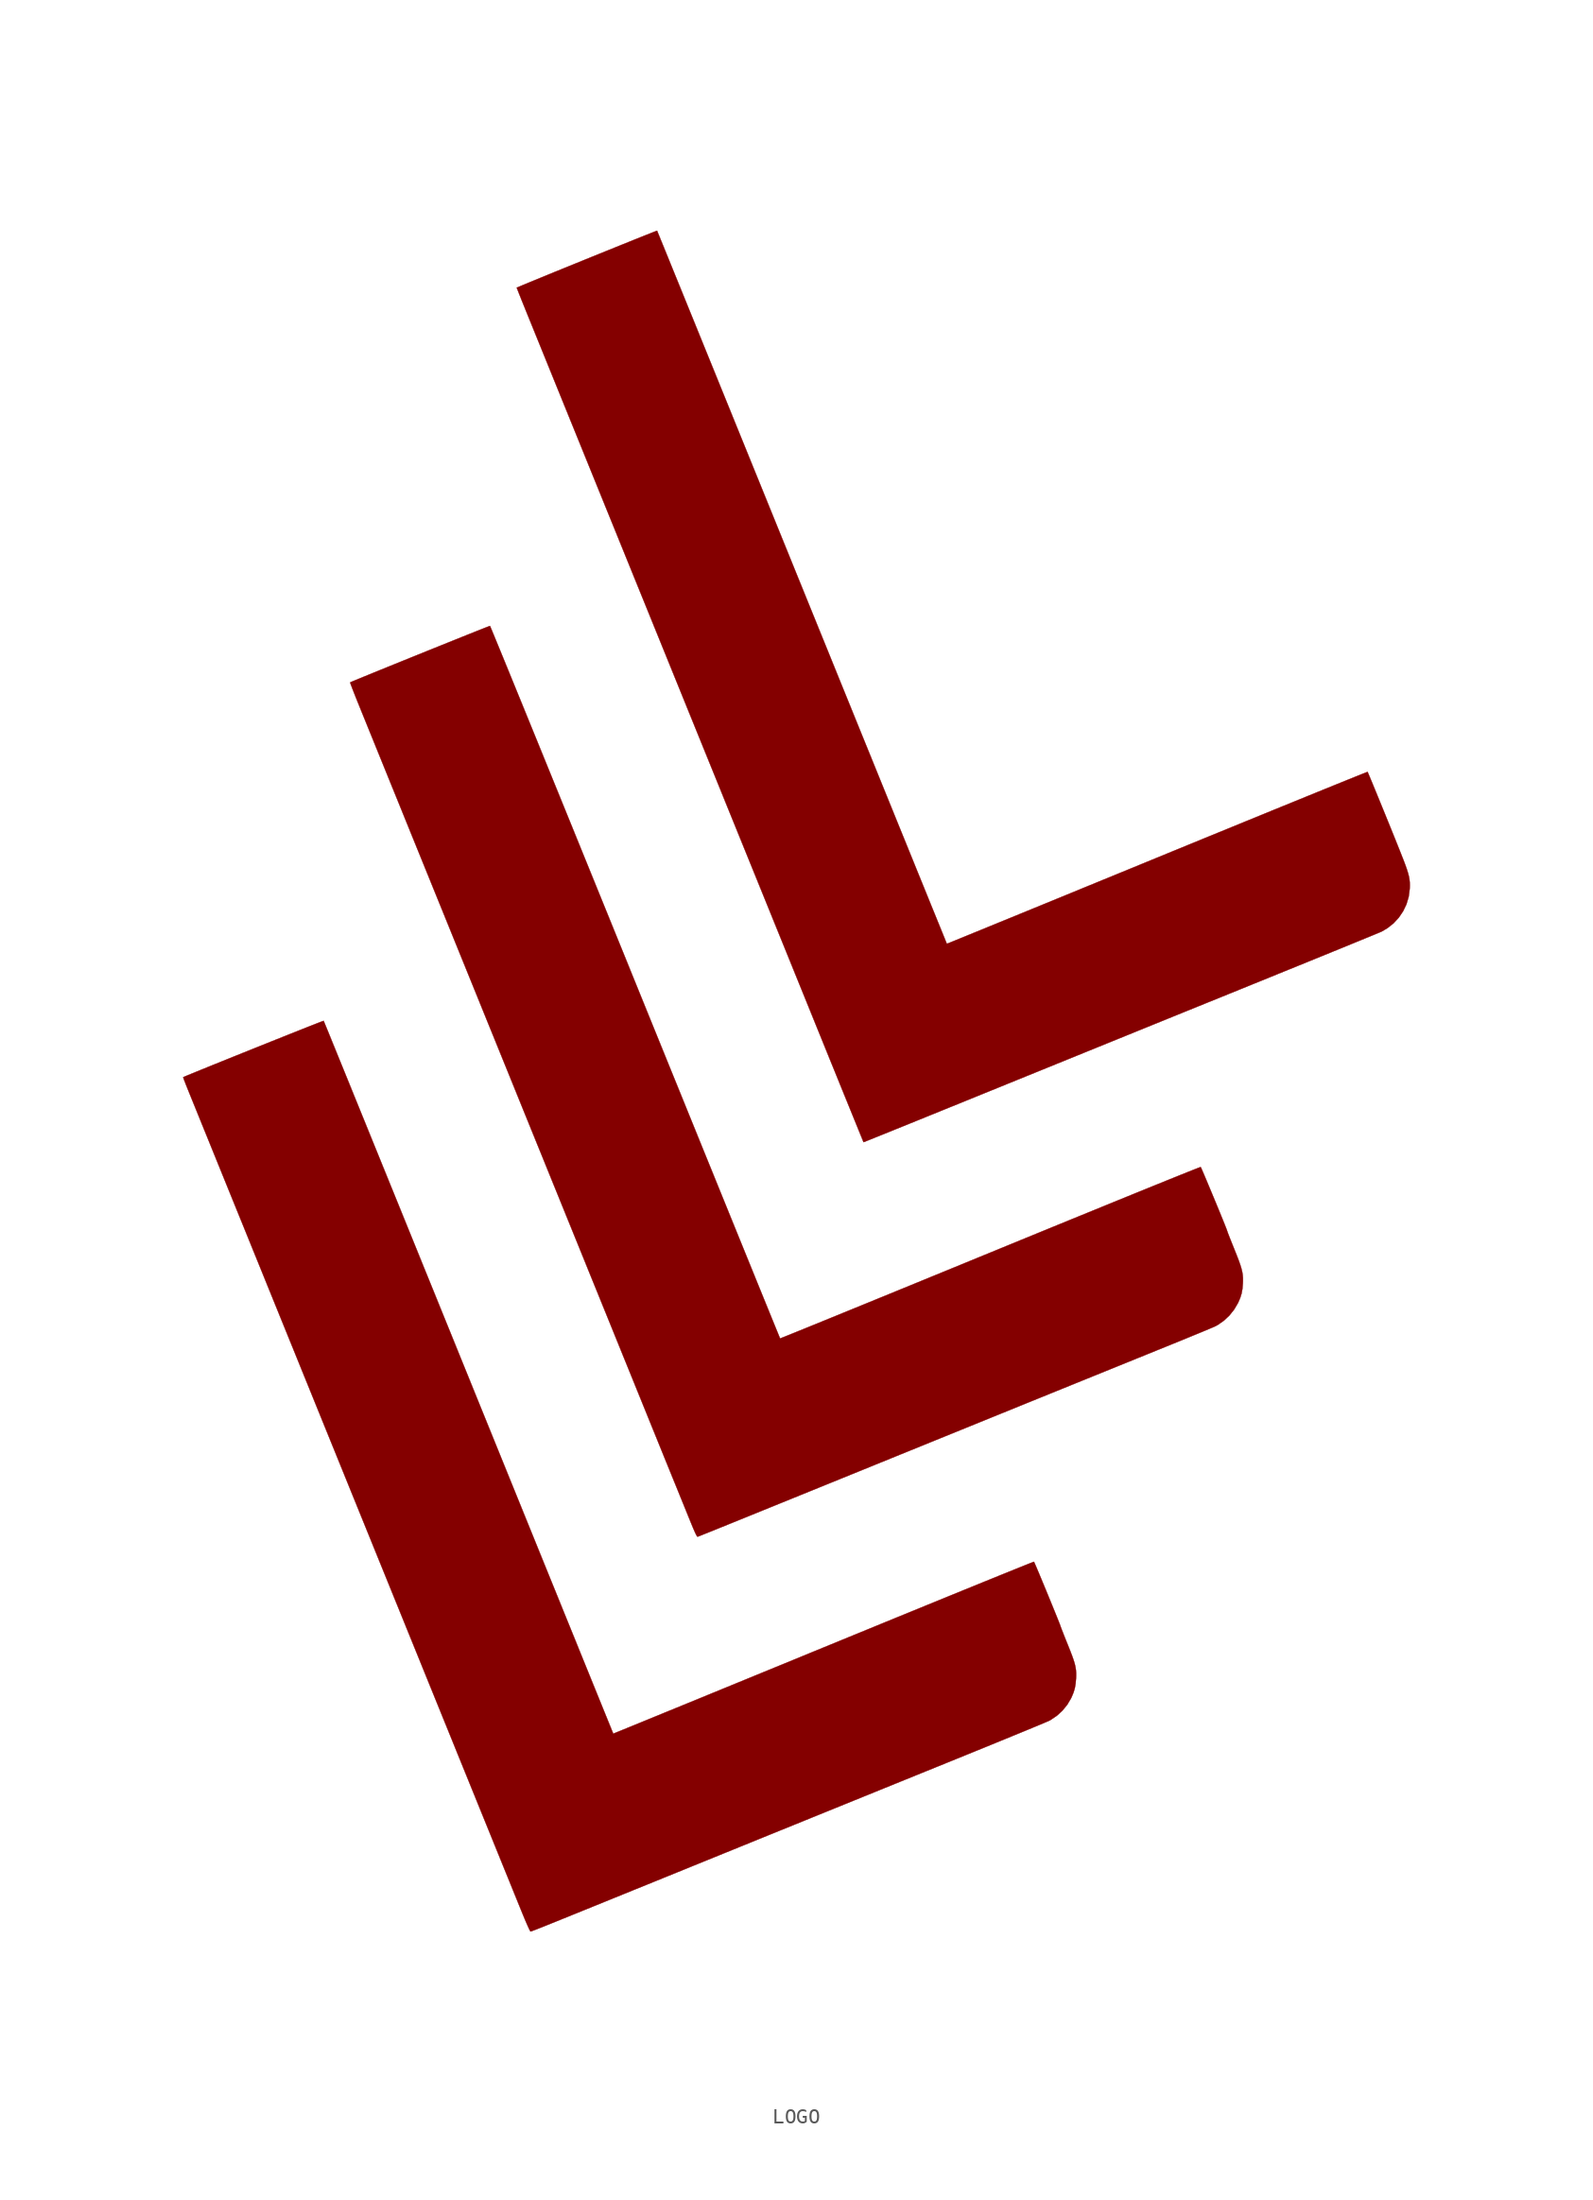
<source format=kicad_sym>
(kicad_symbol_lib
  (version 20220914)
  (generator bitmap2component)
  (symbol "LOGO"
    (pin_names
      (offset 1.016))
    (property "Reference" "#G"
      (at 0 58.01 0)
      (effects (font (size 1.27 1.27)) hide))
    (symbol "LOGO_0_0"
      (polyline (pts (xy -16.774 -53.757) (xy -16.665 -53.718) (xy -16.494 -53.653) (xy -16.271 -53.566) (xy -16.006 -53.462) (xy -15.708 -53.342) (xy -15.386 -53.212) (xy -15.12 -53.105) (xy -14.737 -52.949) (xy -14.288 -52.767) (xy -13.782 -52.562) (xy -13.225 -52.336) (xy -12.624 -52.092) (xy -11.986 -51.833) (xy -11.32 -51.562) (xy -10.632 -51.283) (xy -9.929 -50.997) (xy -9.218 -50.709) (xy -8.508 -50.42) (xy -7.804 -50.134) (xy -7.114 -49.854) (xy -6.446 -49.582) (xy -5.807 -49.322) (xy -5.204 -49.077) (xy -4.643 -48.849) (xy -4.31 -48.714) (xy -3.863 -48.532) (xy -3.427 -48.355) (xy -3.013 -48.186) (xy -2.628 -48.03) (xy -2.285 -47.89) (xy -1.991 -47.771) (xy -1.756 -47.675) (xy -1.59 -47.608) (xy -1.411 -47.535) (xy -1.129 -47.42) (xy -0.771 -47.275) (xy -0.341 -47.1) (xy 0.161 -46.897) (xy 0.732 -46.665) (xy 1.371 -46.405) (xy 2.075 -46.119) (xy 2.844 -45.807) (xy 3.675 -45.47) (xy 4.565 -45.108) (xy 5.514 -44.723) (xy 6.519 -44.314) (xy 7.579 -43.884) (xy 8.692 -43.432) (xy 9.855 -42.96) (xy 11.067 -42.468) (xy 11.369 -42.345) (xy 12.055 -42.066) (xy 12.72 -41.795) (xy 13.36 -41.535) (xy 13.97 -41.285) (xy 14.547 -41.049) (xy 15.085 -40.828) (xy 15.581 -40.625) (xy 16.029 -40.44) (xy 16.426 -40.276) (xy 16.766 -40.135) (xy 17.046 -40.018) (xy 17.26 -39.927) (xy 17.405 -39.865) (xy 17.475 -39.833) (xy 17.562 -39.785) (xy 17.97 -39.509) (xy 18.34 -39.169) (xy 18.657 -38.782) (xy 18.905 -38.362) (xy 18.948 -38.273) (xy 19.072 -37.976) (xy 19.156 -37.692) (xy 19.209 -37.391) (xy 19.238 -37.038) (xy 19.244 -36.894) (xy 19.244 -36.686) (xy 19.231 -36.489) (xy 19.201 -36.29) (xy 19.152 -36.076) (xy 19.079 -35.835) (xy 18.981 -35.555) (xy 18.854 -35.222) (xy 18.695 -34.825) (xy 18.592 -34.572) (xy 18.479 -34.289) (xy 18.378 -34.031) (xy 18.292 -33.812) (xy 18.229 -33.644) (xy 18.192 -33.542) (xy 18.19 -33.534) (xy 18.156 -33.443) (xy 18.095 -33.287) (xy 18.011 -33.076) (xy 17.908 -32.819) (xy 17.788 -32.525) (xy 17.657 -32.203) (xy 17.517 -31.861) (xy 17.372 -31.509) (xy 17.226 -31.155) (xy 17.082 -30.808) (xy 16.945 -30.477) (xy 16.818 -30.172) (xy 16.704 -29.901) (xy 16.607 -29.672) (xy 16.531 -29.496) (xy 16.48 -29.38) (xy 16.457 -29.334) (xy 16.427 -29.343) (xy 16.321 -29.384) (xy 16.142 -29.454) (xy 15.892 -29.553) (xy 15.575 -29.681) (xy 15.193 -29.835) (xy 14.748 -30.015) (xy 14.245 -30.218) (xy 13.685 -30.446) (xy 13.072 -30.695) (xy 12.407 -30.966) (xy 11.695 -31.256) (xy 10.937 -31.565) (xy 10.137 -31.892) (xy 9.297 -32.235) (xy 8.421 -32.594) (xy 7.51 -32.966) (xy 6.568 -33.352) (xy 5.598 -33.75) (xy 4.602 -34.158) (xy 3.583 -34.576) (xy 2.544 -35.002) (xy 1.65 -35.369) (xy 0.628 -35.789) (xy -0.371 -36.199) (xy -1.345 -36.598) (xy -2.29 -36.986) (xy -3.205 -37.361) (xy -4.086 -37.723) (xy -4.93 -38.069) (xy -5.735 -38.399) (xy -6.498 -38.712) (xy -7.216 -39.006) (xy -7.886 -39.28) (xy -8.505 -39.534) (xy -9.072 -39.766) (xy -9.582 -39.975) (xy -10.033 -40.16) (xy -10.423 -40.319) (xy -10.748 -40.452) (xy -11.006 -40.557) (xy -11.194 -40.633) (xy -11.308 -40.679) (xy -11.348 -40.695) (xy -11.351 -40.687) (xy -11.381 -40.614) (xy -11.441 -40.466) (xy -11.531 -40.244) (xy -11.65 -39.951) (xy -11.797 -39.589) (xy -11.972 -39.16) (xy -12.172 -38.666) (xy -12.398 -38.11) (xy -12.649 -37.493) (xy -12.923 -36.819) (xy -13.22 -36.087) (xy -13.539 -35.302) (xy -13.878 -34.465) (xy -14.238 -33.579) (xy -14.618 -32.645) (xy -15.015 -31.665) (xy -15.431 -30.642) (xy -15.863 -29.578) (xy -16.311 -28.476) (xy -16.773 -27.336) (xy -17.25 -26.162) (xy -17.74 -24.955) (xy -18.242 -23.718) (xy -18.756 -22.452) (xy -19.28 -21.161) (xy -19.814 -19.846) (xy -20.357 -18.509) (xy -20.907 -17.152) (xy -21.146 -16.565) (xy -21.693 -15.216) (xy -22.232 -13.888) (xy -22.762 -12.583) (xy -23.282 -11.302) (xy -23.792 -10.048) (xy -24.289 -8.823) (xy -24.774 -7.629) (xy -25.245 -6.469) (xy -25.702 -5.344) (xy -26.144 -4.257) (xy -26.57 -3.21) (xy -26.978 -2.205) (xy -27.369 -1.244) (xy -27.741 -0.329) (xy -28.093 0.538) (xy -28.425 1.354) (xy -28.735 2.117) (xy -29.023 2.825) (xy -29.288 3.476) (xy -29.529 4.068) (xy -29.745 4.599) (xy -29.936 5.066) (xy -30.099 5.467) (xy -30.235 5.801) (xy -30.343 6.064) (xy -30.422 6.256) (xy -30.47 6.373) (xy -30.488 6.414) (xy -30.496 6.412) (xy -30.568 6.386) (xy -30.711 6.332) (xy -30.918 6.252) (xy -31.183 6.148) (xy -31.501 6.023) (xy -31.865 5.879) (xy -32.269 5.718) (xy -32.709 5.543) (xy -33.176 5.357) (xy -33.667 5.161) (xy -34.174 4.957) (xy -34.692 4.75) (xy -35.215 4.54) (xy -35.737 4.33) (xy -36.252 4.123) (xy -36.755 3.92) (xy -37.239 3.725) (xy -37.697 3.54) (xy -38.126 3.366) (xy -38.517 3.207) (xy -38.867 3.064) (xy -39.168 2.941) (xy -39.414 2.84) (xy -39.601 2.762) (xy -39.721 2.71) (xy -39.769 2.687) (xy -39.764 2.663) (xy -39.731 2.57) (xy -39.673 2.417) (xy -39.595 2.215) (xy -39.5 1.976) (xy -39.392 1.709) (xy -39.319 1.528) (xy -39.175 1.173) (xy -39.015 0.78) (xy -38.849 0.372) (xy -38.689 -0.023) (xy -38.544 -0.382) (xy -38.52 -0.44) (xy -38.459 -0.589) (xy -38.369 -0.812) (xy -38.249 -1.106) (xy -38.102 -1.469) (xy -37.928 -1.897) (xy -37.729 -2.388) (xy -37.505 -2.939) (xy -37.258 -3.548) (xy -36.989 -4.211) (xy -36.699 -4.926) (xy -36.388 -5.691) (xy -36.059 -6.501) (xy -35.712 -7.355) (xy -35.349 -8.25) (xy -34.97 -9.183) (xy -34.577 -10.151) (xy -34.171 -11.152) (xy -33.752 -12.183) (xy -33.323 -13.241) (xy -32.883 -14.323) (xy -32.435 -15.426) (xy -31.98 -16.549) (xy -31.517 -17.687) (xy -31.05 -18.839) (xy -30.578 -20.001) (xy -30.103 -21.171) (xy -29.626 -22.345) (xy -29.148 -23.522) (xy -28.671 -24.699) (xy -28.194 -25.872) (xy -27.72 -27.04) (xy -27.25 -28.198) (xy -26.784 -29.345) (xy -26.324 -30.477) (xy -25.871 -31.593) (xy -25.426 -32.688) (xy -24.991 -33.761) (xy -24.565 -34.809) (xy -24.151 -35.829) (xy -23.75 -36.818) (xy -23.362 -37.773) (xy -22.989 -38.692) (xy -22.632 -39.571) (xy -22.291 -40.409) (xy -21.969 -41.202) (xy -21.667 -41.948) (xy -21.384 -42.644) (xy -21.123 -43.286) (xy -20.885 -43.873) (xy -20.67 -44.402) (xy -20.48 -44.869) (xy -20.316 -45.273) (xy -20.18 -45.609) (xy -20.071 -45.877) (xy -19.992 -46.072) (xy -19.933 -46.217) (xy -19.708 -46.77) (xy -19.458 -47.385) (xy -19.188 -48.05) (xy -18.902 -48.754) (xy -18.607 -49.482) (xy -18.305 -50.223) (xy -18.004 -50.965) (xy -17.708 -51.695) (xy -17.421 -52.401) (xy -17.337 -52.606) (xy -17.202 -52.931) (xy -17.082 -53.213) (xy -16.979 -53.445) (xy -16.898 -53.62) (xy -16.841 -53.73) (xy -16.811 -53.768) (xy -16.774 -53.757)) (stroke (width 0.01) (type default)) (fill (type outline)))
      (polyline (pts (xy -5.767 -27.677) (xy -5.711 -27.655) (xy -5.584 -27.606) (xy -5.396 -27.53) (xy -5.153 -27.433) (xy -4.863 -27.317) (xy -4.535 -27.184) (xy -4.177 -27.039) (xy -3.795 -26.885) (xy -3.616 -26.812) (xy -3.392 -26.721) (xy -3.169 -26.631) (xy -2.945 -26.54) (xy -2.716 -26.447) (xy -2.479 -26.351) (xy -2.231 -26.25) (xy -1.968 -26.143) (xy -1.687 -26.029) (xy -1.384 -25.906) (xy -1.057 -25.773) (xy -0.701 -25.629) (xy -0.314 -25.471) (xy 0.108 -25.3) (xy 0.568 -25.113) (xy 1.07 -24.909) (xy 1.617 -24.687) (xy 2.212 -24.445) (xy 2.859 -24.182) (xy 3.561 -23.897) (xy 4.321 -23.588) (xy 5.144 -23.254) (xy 6.031 -22.893) (xy 6.986 -22.505) (xy 8.014 -22.087) (xy 9.117 -21.639) (xy 9.157 -21.622) (xy 9.859 -21.337) (xy 10.552 -21.056) (xy 11.231 -20.78) (xy 11.891 -20.512) (xy 12.526 -20.253) (xy 13.131 -20.008) (xy 13.7 -19.776) (xy 14.229 -19.561) (xy 14.711 -19.366) (xy 15.142 -19.191) (xy 15.516 -19.039) (xy 15.827 -18.912) (xy 16.07 -18.813) (xy 16.241 -18.744) (xy 16.37 -18.692) (xy 16.662 -18.573) (xy 17.015 -18.43) (xy 17.416 -18.267) (xy 17.854 -18.089) (xy 18.317 -17.901) (xy 18.794 -17.708) (xy 19.271 -17.514) (xy 19.739 -17.324) (xy 19.858 -17.276) (xy 20.337 -17.081) (xy 20.876 -16.863) (xy 21.461 -16.625) (xy 22.078 -16.375) (xy 22.713 -16.117) (xy 23.351 -15.858) (xy 23.979 -15.604) (xy 24.582 -15.359) (xy 25.145 -15.13) (xy 25.196 -15.11) (xy 25.683 -14.912) (xy 26.152 -14.721) (xy 26.597 -14.539) (xy 27.009 -14.369) (xy 27.384 -14.215) (xy 27.713 -14.079) (xy 27.991 -13.963) (xy 28.21 -13.87) (xy 28.364 -13.804) (xy 28.446 -13.767) (xy 28.616 -13.674) (xy 29.012 -13.397) (xy 29.373 -13.057) (xy 29.685 -12.667) (xy 29.935 -12.243) (xy 29.962 -12.188) (xy 30.091 -11.886) (xy 30.179 -11.599) (xy 30.234 -11.294) (xy 30.264 -10.938) (xy 30.27 -10.768) (xy 30.269 -10.567) (xy 30.253 -10.373) (xy 30.22 -10.173) (xy 30.167 -9.955) (xy 30.091 -9.708) (xy 29.989 -9.42) (xy 29.858 -9.079) (xy 29.695 -8.672) (xy 29.686 -8.648) (xy 29.568 -8.356) (xy 29.46 -8.085) (xy 29.366 -7.847) (xy 29.291 -7.653) (xy 29.24 -7.514) (xy 29.216 -7.442) (xy 29.212 -7.429) (xy 29.18 -7.34) (xy 29.12 -7.188) (xy 29.037 -6.98) (xy 28.934 -6.725) (xy 28.815 -6.433) (xy 28.683 -6.112) (xy 28.543 -5.772) (xy 28.398 -5.421) (xy 28.251 -5.068) (xy 28.107 -4.722) (xy 27.969 -4.392) (xy 27.841 -4.087) (xy 27.726 -3.815) (xy 27.628 -3.587) (xy 27.552 -3.41) (xy 27.5 -3.294) (xy 27.476 -3.248) (xy 27.452 -3.254) (xy 27.354 -3.29) (xy 27.18 -3.357) (xy 26.934 -3.454) (xy 26.617 -3.58) (xy 26.231 -3.735) (xy 25.778 -3.917) (xy 25.261 -4.126) (xy 24.681 -4.361) (xy 24.04 -4.621) (xy 23.341 -4.905) (xy 22.585 -5.213) (xy 21.774 -5.543) (xy 20.911 -5.896) (xy 19.998 -6.269) (xy 19.036 -6.662) (xy 18.027 -7.075) (xy 16.974 -7.506) (xy 15.879 -7.955) (xy 14.743 -8.421) (xy 13.569 -8.903) (xy 12.689 -9.264) (xy 11.668 -9.683) (xy 10.669 -10.093) (xy 9.695 -10.492) (xy 8.749 -10.88) (xy 7.834 -11.255) (xy 6.953 -11.616) (xy 6.108 -11.961) (xy 5.303 -12.291) (xy 4.539 -12.603) (xy 3.821 -12.896) (xy 3.15 -13.17) (xy 2.529 -13.424) (xy 1.962 -13.655) (xy 1.451 -13.863) (xy 0.999 -14.046) (xy 0.608 -14.205) (xy 0.282 -14.337) (xy 0.023 -14.441) (xy -0.166 -14.516) (xy -0.282 -14.562) (xy -0.322 -14.576) (xy -0.326 -14.568) (xy -0.356 -14.495) (xy -0.417 -14.346) (xy -0.508 -14.124) (xy -0.628 -13.831) (xy -0.776 -13.468) (xy -0.951 -13.039) (xy -1.152 -12.545) (xy -1.379 -11.989) (xy -1.63 -11.372) (xy -1.905 -10.696) (xy -2.202 -9.965) (xy -2.522 -9.18) (xy -2.862 -8.342) (xy -3.223 -7.455) (xy -3.603 -6.521) (xy -4.001 -5.541) (xy -4.417 -4.518) (xy -4.849 -3.454) (xy -5.298 -2.351) (xy -5.761 -1.211) (xy -6.238 -0.037) (xy -6.728 1.17) (xy -7.231 2.407) (xy -7.745 3.672) (xy -8.27 4.964) (xy -8.804 6.279) (xy -9.347 7.616) (xy -9.898 8.972) (xy -10.135 9.556) (xy -10.682 10.905) (xy -11.222 12.232) (xy -11.752 13.537) (xy -12.273 14.818) (xy -12.782 16.071) (xy -13.28 17.295) (xy -13.765 18.488) (xy -14.237 19.648) (xy -14.694 20.772) (xy -15.137 21.859) (xy -15.563 22.905) (xy -15.972 23.91) (xy -16.363 24.87) (xy -16.736 25.784) (xy -17.089 26.65) (xy -17.421 27.465) (xy -17.733 28.227) (xy -18.021 28.934) (xy -18.287 29.584) (xy -18.529 30.175) (xy -18.746 30.705) (xy -18.937 31.171) (xy -19.102 31.571) (xy -19.239 31.904) (xy -19.347 32.166) (xy -19.427 32.357) (xy -19.476 32.473) (xy -19.494 32.513) (xy -19.502 32.511) (xy -19.573 32.485) (xy -19.715 32.431) (xy -19.922 32.35) (xy -20.186 32.245) (xy -20.503 32.119) (xy -20.867 31.974) (xy -21.271 31.812) (xy -21.709 31.636) (xy -22.177 31.448) (xy -22.667 31.251) (xy -23.173 31.047) (xy -23.691 30.838) (xy -24.213 30.627) (xy -24.734 30.417) (xy -25.248 30.208) (xy -25.75 30.005) (xy -26.232 29.809) (xy -26.689 29.624) (xy -27.115 29.45) (xy -27.505 29.291) (xy -27.852 29.149) (xy -28.149 29.026) (xy -28.393 28.926) (xy -28.576 28.849) (xy -28.692 28.799) (xy -28.735 28.779) (xy -28.733 28.764) (xy -28.705 28.68) (xy -28.65 28.532) (xy -28.571 28.326) (xy -28.471 28.07) (xy -28.353 27.773) (xy -28.221 27.444) (xy -28.078 27.09) (xy -28.021 26.949) (xy -27.933 26.732) (xy -27.815 26.442) (xy -27.669 26.081) (xy -27.494 25.65) (xy -27.292 25.154) (xy -27.065 24.594) (xy -26.813 23.973) (xy -26.537 23.293) (xy -26.238 22.556) (xy -25.917 21.766) (xy -25.575 20.925) (xy -25.214 20.035) (xy -24.834 19.098) (xy -24.436 18.118) (xy -24.021 17.096) (xy -23.59 16.036) (xy -23.145 14.939) (xy -22.685 13.808) (xy -22.213 12.646) (xy -21.73 11.454) (xy -21.235 10.236) (xy -20.731 8.995) (xy -20.218 7.732) (xy -19.698 6.449) (xy -19.17 5.151) (xy -18.637 3.838) (xy -18.113 2.547) (xy -17.585 1.246) (xy -17.064 -0.038) (xy -16.55 -1.304) (xy -16.044 -2.548) (xy -15.549 -3.769) (xy -15.063 -4.964) (xy -14.59 -6.13) (xy -14.129 -7.265) (xy -13.682 -8.366) (xy -13.249 -9.432) (xy -12.833 -10.459) (xy -12.432 -11.444) (xy -12.05 -12.386) (xy -11.686 -13.282) (xy -11.342 -14.129) (xy -11.019 -14.925) (xy -10.718 -15.668) (xy -10.439 -16.354) (xy -10.184 -16.982) (xy -9.954 -17.549) (xy -9.75 -18.052) (xy -9.572 -18.489) (xy -9.423 -18.858) (xy -9.302 -19.155) (xy -9.211 -19.379) (xy -9.151 -19.527) (xy -9.051 -19.774) (xy -8.864 -20.235) (xy -8.657 -20.745) (xy -8.437 -21.286) (xy -8.213 -21.839) (xy -7.991 -22.386) (xy -7.779 -22.907) (xy -7.584 -23.386) (xy -7.416 -23.799) (xy -7.229 -24.257) (xy -7.042 -24.717) (xy -6.86 -25.166) (xy -6.687 -25.59) (xy -6.53 -25.976) (xy -6.395 -26.31) (xy -6.285 -26.579) (xy -6.183 -26.83) (xy -6.062 -27.121) (xy -5.966 -27.343) (xy -5.891 -27.503) (xy -5.836 -27.608) (xy -5.796 -27.664) (xy -5.768 -27.677) (xy -5.767 -27.677)) (stroke (width 0.01) (type default)) (fill (type outline)))
      (polyline (pts (xy 5.385 -1.529) (xy 5.385 -1.529) (xy 5.47 -1.495) (xy 5.627 -1.432) (xy 5.851 -1.342) (xy 6.134 -1.228) (xy 6.472 -1.092) (xy 6.857 -0.936) (xy 7.284 -0.763) (xy 7.746 -0.576) (xy 8.238 -0.377) (xy 8.753 -0.168) (xy 9.284 0.048) (xy 9.827 0.268) (xy 10.374 0.49) (xy 10.92 0.712) (xy 11.459 0.93) (xy 11.983 1.143) (xy 12.488 1.349) (xy 12.687 1.429) (xy 13.118 1.605) (xy 13.601 1.801) (xy 14.13 2.016) (xy 14.698 2.248) (xy 15.302 2.493) (xy 15.934 2.75) (xy 16.591 3.017) (xy 17.266 3.291) (xy 17.954 3.571) (xy 18.65 3.854) (xy 19.349 4.138) (xy 20.044 4.421) (xy 20.731 4.7) (xy 21.404 4.973) (xy 22.058 5.239) (xy 22.688 5.495) (xy 23.287 5.739) (xy 23.851 5.968) (xy 24.374 6.18) (xy 24.851 6.374) (xy 25.276 6.547) (xy 25.645 6.697) (xy 25.951 6.821) (xy 26.189 6.918) (xy 26.354 6.985) (xy 26.522 7.053) (xy 27.735 7.545) (xy 28.897 8.016) (xy 30.008 8.467) (xy 31.065 8.897) (xy 32.067 9.304) (xy 33.013 9.689) (xy 33.901 10.05) (xy 34.729 10.387) (xy 35.495 10.699) (xy 36.199 10.986) (xy 36.839 11.247) (xy 37.412 11.482) (xy 37.918 11.689) (xy 38.355 11.868) (xy 38.721 12.018) (xy 39.014 12.14) (xy 39.234 12.231) (xy 39.378 12.292) (xy 39.446 12.322) (xy 39.813 12.537) (xy 40.219 12.859) (xy 40.569 13.236) (xy 40.855 13.66) (xy 41.075 14.122) (xy 41.221 14.616) (xy 41.289 15.133) (xy 41.291 15.179) (xy 41.296 15.385) (xy 41.291 15.577) (xy 41.271 15.766) (xy 41.235 15.963) (xy 41.179 16.181) (xy 41.101 16.431) (xy 40.998 16.724) (xy 40.866 17.072) (xy 40.703 17.486) (xy 40.7 17.495) (xy 40.585 17.783) (xy 40.453 18.111) (xy 40.308 18.473) (xy 40.151 18.861) (xy 39.986 19.267) (xy 39.817 19.685) (xy 39.646 20.106) (xy 39.475 20.523) (xy 39.31 20.928) (xy 39.151 21.315) (xy 39.003 21.675) (xy 38.869 22.002) (xy 38.751 22.287) (xy 38.652 22.523) (xy 38.577 22.704) (xy 38.526 22.82) (xy 38.505 22.866) (xy 38.475 22.856) (xy 38.369 22.815) (xy 38.19 22.745) (xy 37.941 22.645) (xy 37.623 22.518) (xy 37.242 22.364) (xy 36.797 22.184) (xy 36.294 21.98) (xy 35.735 21.753) (xy 35.121 21.503) (xy 34.457 21.233) (xy 33.745 20.942) (xy 32.987 20.633) (xy 32.187 20.307) (xy 31.348 19.963) (xy 30.471 19.605) (xy 29.561 19.232) (xy 28.619 18.847) (xy 27.648 18.449) (xy 26.652 18.041) (xy 25.633 17.623) (xy 24.594 17.196) (xy 23.701 16.829) (xy 22.679 16.41) (xy 21.68 16) (xy 20.706 15.601) (xy 19.76 15.213) (xy 18.846 14.837) (xy 17.965 14.476) (xy 17.12 14.13) (xy 16.315 13.8) (xy 15.552 13.487) (xy 14.834 13.193) (xy 14.164 12.919) (xy 13.544 12.665) (xy 12.978 12.433) (xy 12.467 12.225) (xy 12.016 12.04) (xy 11.626 11.881) (xy 11.301 11.748) (xy 11.043 11.643) (xy 10.855 11.567) (xy 10.739 11.521) (xy 10.7 11.506) (xy 10.697 11.514) (xy 10.666 11.587) (xy 10.605 11.736) (xy 10.515 11.959) (xy 10.395 12.253) (xy 10.248 12.616) (xy 10.073 13.045) (xy 9.872 13.54) (xy 9.645 14.096) (xy 9.394 14.714) (xy 9.12 15.389) (xy 8.822 16.121) (xy 8.503 16.907) (xy 8.163 17.744) (xy 7.802 18.632) (xy 7.422 19.566) (xy 7.024 20.546) (xy 6.608 21.57) (xy 6.176 22.634) (xy 5.728 23.738) (xy 5.264 24.878) (xy 4.787 26.052) (xy 4.297 27.26) (xy 3.794 28.497) (xy 3.28 29.763) (xy 2.756 31.055) (xy 2.221 32.37) (xy 1.678 33.708) (xy 1.127 35.065) (xy 0.881 35.669) (xy 0.334 37.018) (xy -0.206 38.346) (xy -0.736 39.652) (xy -1.256 40.932) (xy -1.765 42.186) (xy -2.263 43.41) (xy -2.747 44.603) (xy -3.219 45.763) (xy -3.675 46.888) (xy -4.117 47.974) (xy -4.542 49.021) (xy -4.95 50.025) (xy -5.341 50.986) (xy -5.712 51.9) (xy -6.064 52.766) (xy -6.396 53.581) (xy -6.705 54.343) (xy -6.993 55.05) (xy -7.258 55.7) (xy -7.498 56.291) (xy -7.713 56.821) (xy -7.903 57.287) (xy -8.066 57.688) (xy -8.202 58.02) (xy -8.309 58.283) (xy -8.387 58.473) (xy -8.435 58.59) (xy -8.451 58.629) (xy -8.465 58.626) (xy -8.547 58.596) (xy -8.698 58.538) (xy -8.913 58.453) (xy -9.185 58.345) (xy -9.508 58.216) (xy -9.878 58.068) (xy -10.287 57.904) (xy -10.729 57.725) (xy -11.2 57.535) (xy -11.692 57.336) (xy -12.2 57.13) (xy -12.719 56.92) (xy -13.242 56.708) (xy -13.762 56.496) (xy -14.276 56.287) (xy -14.775 56.084) (xy -15.256 55.888) (xy -15.71 55.702) (xy -16.134 55.528) (xy -16.52 55.369) (xy -16.863 55.228) (xy -17.157 55.106) (xy -17.396 55.006) (xy -17.574 54.931) (xy -17.685 54.883) (xy -17.724 54.864) (xy -17.724 54.862) (xy -17.705 54.81) (xy -17.657 54.688) (xy -17.585 54.503) (xy -17.489 54.264) (xy -17.375 53.977) (xy -17.243 53.652) (xy -17.099 53.294) (xy -16.944 52.913) (xy -16.724 52.371) (xy -15.724 49.908) (xy -14.749 47.506) (xy -13.798 45.165) (xy -12.873 42.886) (xy -11.973 40.669) (xy -11.098 38.516) (xy -10.25 36.426) (xy -9.427 34.4) (xy -8.63 32.438) (xy -7.86 30.542) (xy -7.117 28.711) (xy -6.401 26.946) (xy -5.711 25.248) (xy -5.049 23.617) (xy -4.414 22.055) (xy -3.808 20.56) (xy -3.229 19.134) (xy -2.678 17.778) (xy -2.156 16.492) (xy -1.662 15.276) (xy -1.197 14.131) (xy -0.762 13.058) (xy -0.355 12.057) (xy 0.022 11.128) (xy 0.369 10.273) (xy 0.686 9.492) (xy 0.973 8.784) (xy 1.23 8.152) (xy 1.456 7.595) (xy 1.652 7.113) (xy 1.816 6.708) (xy 1.949 6.38) (xy 2.05 6.13) (xy 2.12 5.958) (xy 2.184 5.8) (xy 2.34 5.416) (xy 2.489 5.049) (xy 2.634 4.69) (xy 2.78 4.331) (xy 2.928 3.965) (xy 3.083 3.584) (xy 3.248 3.18) (xy 3.425 2.744) (xy 3.617 2.27) (xy 3.829 1.748) (xy 4.064 1.172) (xy 4.324 0.533) (xy 4.612 -0.176) (xy 5.193 -1.603) (xy 5.385 -1.529)) (stroke (width 0.01) (type default)) (fill (type outline))))))
</source>
